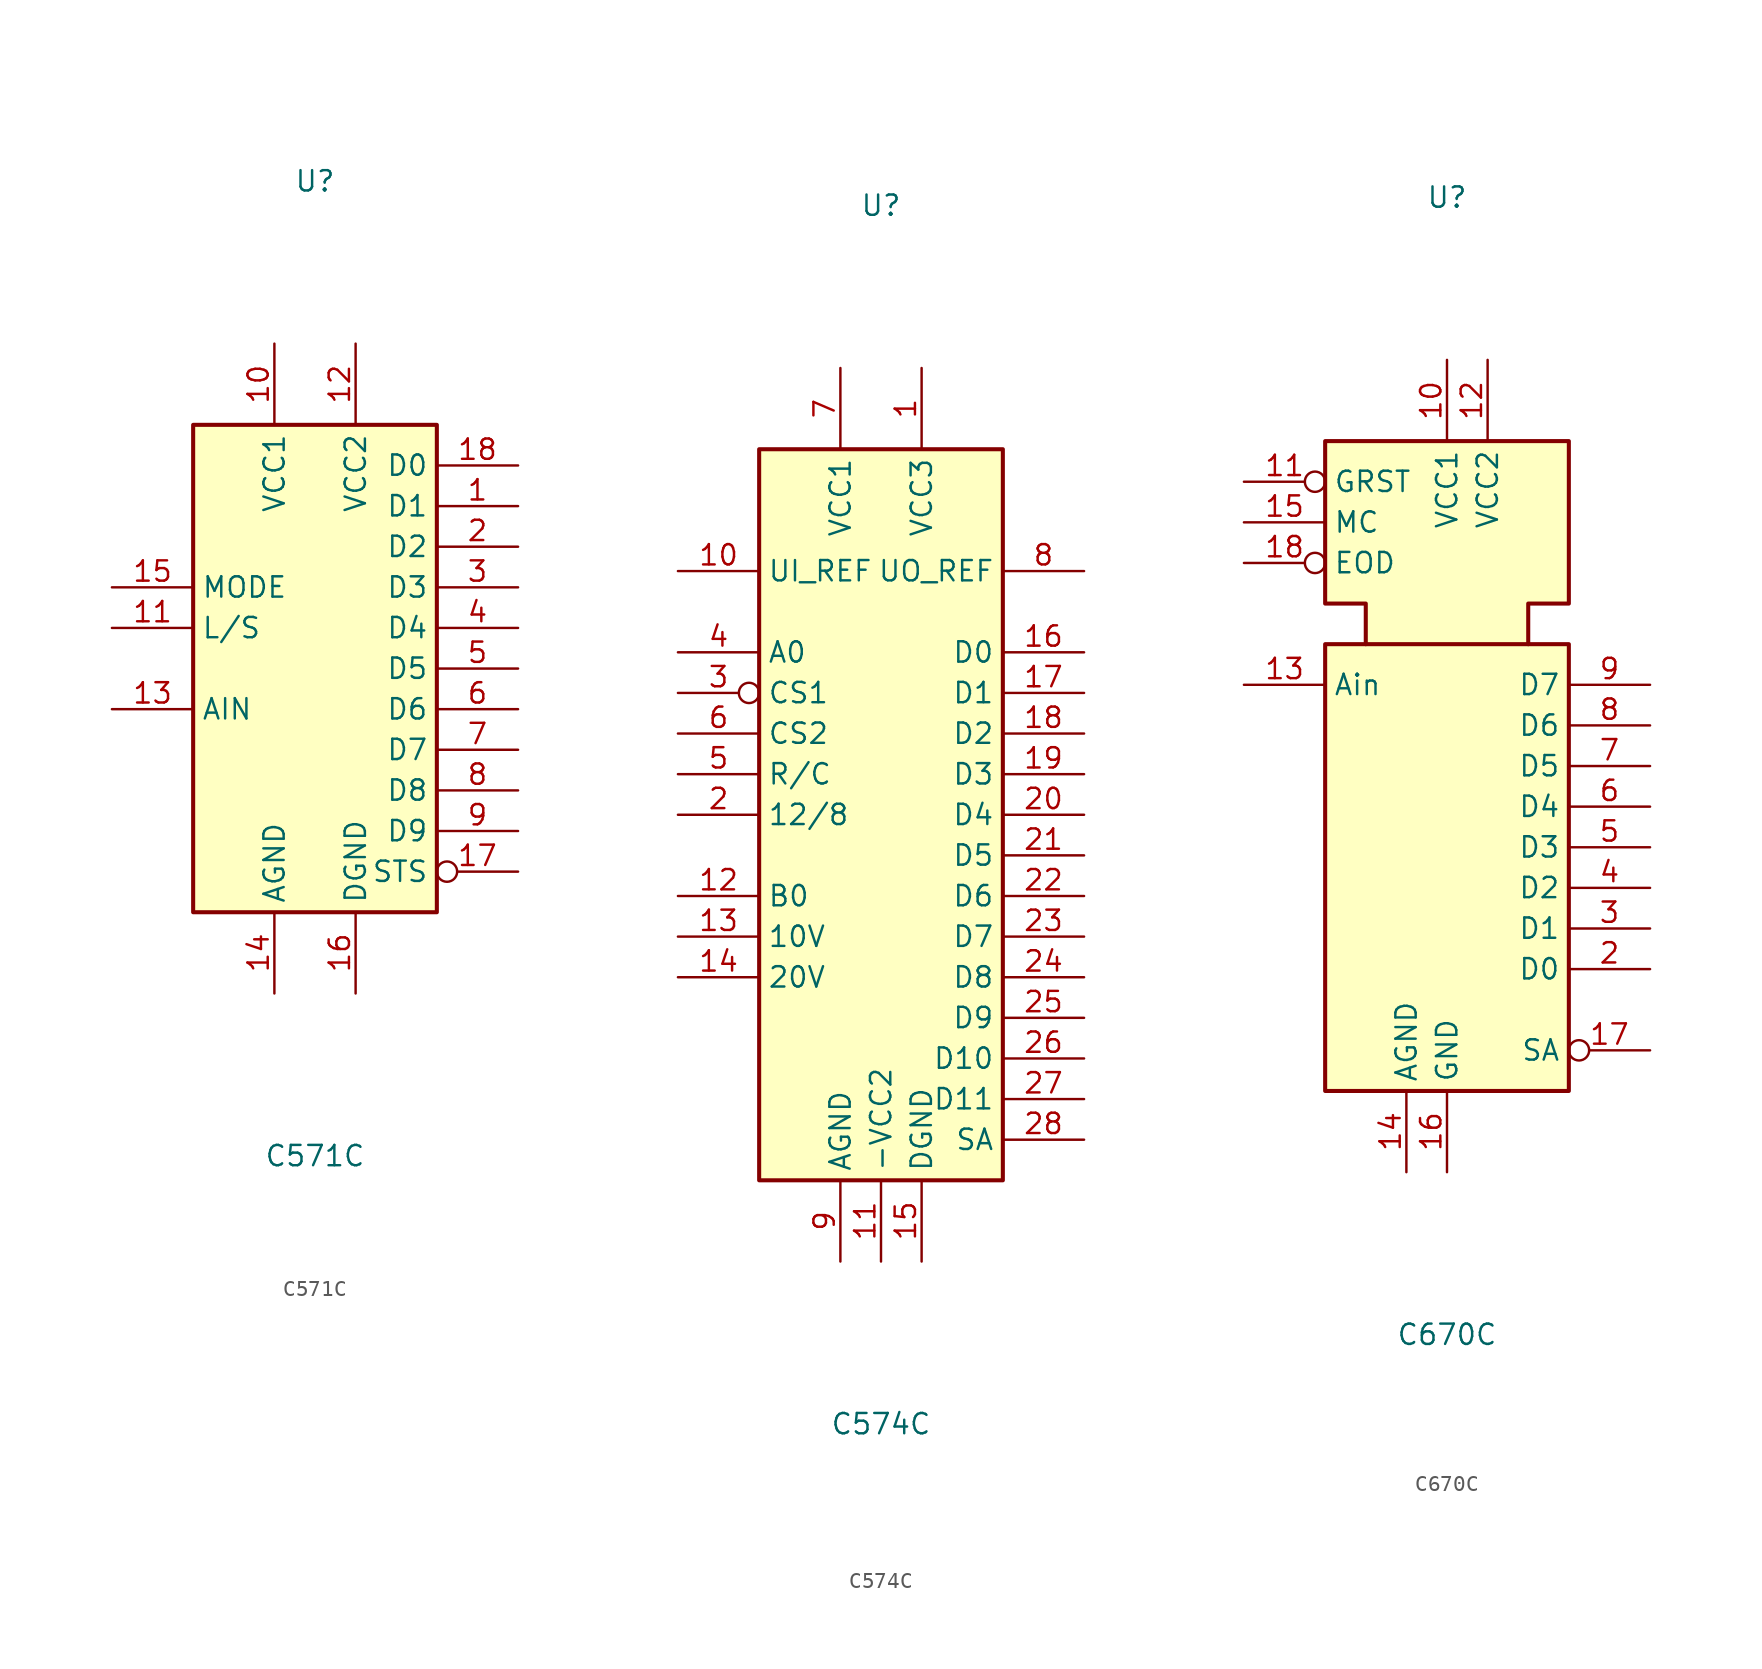
<source format=kicad_sym>
(kicad_symbol_lib
  (version 20241209)
  (generator "kicad_symbol_editor")
  (generator_version "9.0")
  (symbol "C571C"
    (property "Reference" "U"
      (at 0 30.48 0)
      (effects (font (size 1.27 1.27))))
    (property "Value" "C571C"
      (at 0 -30.48 0)
      (effects (font (size 1.27 1.27))))
    (symbol "C571C_0_0"
      (pin input line (at -12.7 5.08 0) (length 5.08) (name "MODE" (effects (font (size 1.27 1.27)))) (number "15" (effects (font (size 1.27 1.27)))))
      (pin input line (at -12.7 2.54 0) (length 5.08) (name "L/S" (effects (font (size 1.27 1.27)))) (number "11" (effects (font (size 1.27 1.27)))))
      (pin input line (at -12.7 -2.54 0) (length 5.08) (name "AIN" (effects (font (size 1.27 1.27)))) (number "13" (effects (font (size 1.27 1.27)))))
      (pin power_in line (at -2.54 20.32 270) (length 5.08) (name "VCC1" (effects (font (size 1.27 1.27)))) (number "10" (effects (font (size 1.27 1.27)))))
      (pin power_in line (at -2.54 -20.32 90) (length 5.08) (name "AGND" (effects (font (size 1.27 1.27)))) (number "14" (effects (font (size 1.27 1.27)))))
      (pin power_in line (at 2.54 20.32 270) (length 5.08) (name "VCC2" (effects (font (size 1.27 1.27)))) (number "12" (effects (font (size 1.27 1.27)))))
      (pin power_in line (at 2.54 -20.32 90) (length 5.08) (name "DGND" (effects (font (size 1.27 1.27)))) (number "16" (effects (font (size 1.27 1.27)))))
      (pin output line (at 12.7 12.7 180) (length 5.08) (name "D0" (effects (font (size 1.27 1.27)))) (number "18" (effects (font (size 1.27 1.27)))))
      (pin output line (at 12.7 10.16 180) (length 5.08) (name "D1" (effects (font (size 1.27 1.27)))) (number "1" (effects (font (size 1.27 1.27)))))
      (pin output line (at 12.7 7.62 180) (length 5.08) (name "D2" (effects (font (size 1.27 1.27)))) (number "2" (effects (font (size 1.27 1.27)))))
      (pin output line (at 12.7 5.08 180) (length 5.08) (name "D3" (effects (font (size 1.27 1.27)))) (number "3" (effects (font (size 1.27 1.27)))))
      (pin output line (at 12.7 2.54 180) (length 5.08) (name "D4" (effects (font (size 1.27 1.27)))) (number "4" (effects (font (size 1.27 1.27)))))
      (pin output line (at 12.7 0 180) (length 5.08) (name "D5" (effects (font (size 1.27 1.27)))) (number "5" (effects (font (size 1.27 1.27)))))
      (pin output line (at 12.7 -2.54 180) (length 5.08) (name "D6" (effects (font (size 1.27 1.27)))) (number "6" (effects (font (size 1.27 1.27)))))
      (pin output line (at 12.7 -5.08 180) (length 5.08) (name "D7" (effects (font (size 1.27 1.27)))) (number "7" (effects (font (size 1.27 1.27)))))
      (pin output line (at 12.7 -7.62 180) (length 5.08) (name "D8" (effects (font (size 1.27 1.27)))) (number "8" (effects (font (size 1.27 1.27)))))
      (pin output line (at 12.7 -10.16 180) (length 5.08) (name "D9" (effects (font (size 1.27 1.27)))) (number "9" (effects (font (size 1.27 1.27)))))
      (pin output inverted (at 12.7 -12.7 180) (length 5.08) (name "STS" (effects (font (size 1.27 1.27)))) (number "17" (effects (font (size 1.27 1.27))))))
    (symbol "C571C_0_1"
      (rectangle (start -7.62 15.24) (end 7.62 -15.24) (stroke (width 0.254) (type default)) (fill (type background)))))
  (symbol "C574C"
    (property "Reference" "U"
      (at 0 38.1 0)
      (effects (font (size 1.27 1.27))))
    (property "Value" "C574C"
      (at 0 -38.1 0)
      (effects (font (size 1.27 1.27))))
    (symbol "C574C_0_0"
      (pin input line (at -12.7 15.24 0) (length 5.08) (name "UI_REF" (effects (font (size 1.27 1.27)))) (number "10" (effects (font (size 1.27 1.27)))))
      (pin input line (at -12.7 10.16 0) (length 5.08) (name "A0" (effects (font (size 1.27 1.27)))) (number "4" (effects (font (size 1.27 1.27)))))
      (pin input inverted (at -12.7 7.62 0) (length 5.08) (name "CS1" (effects (font (size 1.27 1.27)))) (number "3" (effects (font (size 1.27 1.27)))))
      (pin input line (at -12.7 5.08 0) (length 5.08) (name "CS2" (effects (font (size 1.27 1.27)))) (number "6" (effects (font (size 1.27 1.27)))))
      (pin input line (at -12.7 2.54 0) (length 5.08) (name "R/C" (effects (font (size 1.27 1.27)))) (number "5" (effects (font (size 1.27 1.27)))))
      (pin input line (at -12.7 0 0) (length 5.08) (name "12/8" (effects (font (size 1.27 1.27)))) (number "2" (effects (font (size 1.27 1.27)))))
      (pin input line (at -12.7 -5.08 0) (length 5.08) (name "B0" (effects (font (size 1.27 1.27)))) (number "12" (effects (font (size 1.27 1.27)))))
      (pin input line (at -12.7 -7.62 0) (length 5.08) (name "10V" (effects (font (size 1.27 1.27)))) (number "13" (effects (font (size 1.27 1.27)))))
      (pin input line (at -12.7 -10.16 0) (length 5.08) (name "20V" (effects (font (size 1.27 1.27)))) (number "14" (effects (font (size 1.27 1.27)))))
      (pin power_in line (at -2.54 27.94 270) (length 5.08) (name "VCC1" (effects (font (size 1.27 1.27)))) (number "7" (effects (font (size 1.27 1.27)))))
      (pin power_in line (at -2.54 -27.94 90) (length 5.08) (name "AGND" (effects (font (size 1.27 1.27)))) (number "9" (effects (font (size 1.27 1.27)))))
      (pin power_in line (at 0 -27.94 90) (length 5.08) (name "-VCC2" (effects (font (size 1.27 1.27)))) (number "11" (effects (font (size 1.27 1.27)))))
      (pin power_in line (at 2.54 27.94 270) (length 5.08) (name "VCC3" (effects (font (size 1.27 1.27)))) (number "1" (effects (font (size 1.27 1.27)))))
      (pin power_in line (at 2.54 -27.94 90) (length 5.08) (name "DGND" (effects (font (size 1.27 1.27)))) (number "15" (effects (font (size 1.27 1.27)))))
      (pin output line (at 12.7 15.24 180) (length 5.08) (name "UO_REF" (effects (font (size 1.27 1.27)))) (number "8" (effects (font (size 1.27 1.27)))))
      (pin output line (at 12.7 10.16 180) (length 5.08) (name "D0" (effects (font (size 1.27 1.27)))) (number "16" (effects (font (size 1.27 1.27)))))
      (pin output line (at 12.7 7.62 180) (length 5.08) (name "D1" (effects (font (size 1.27 1.27)))) (number "17" (effects (font (size 1.27 1.27)))))
      (pin output line (at 12.7 5.08 180) (length 5.08) (name "D2" (effects (font (size 1.27 1.27)))) (number "18" (effects (font (size 1.27 1.27)))))
      (pin output line (at 12.7 2.54 180) (length 5.08) (name "D3" (effects (font (size 1.27 1.27)))) (number "19" (effects (font (size 1.27 1.27)))))
      (pin output line (at 12.7 0 180) (length 5.08) (name "D4" (effects (font (size 1.27 1.27)))) (number "20" (effects (font (size 1.27 1.27)))))
      (pin output line (at 12.7 -2.54 180) (length 5.08) (name "D5" (effects (font (size 1.27 1.27)))) (number "21" (effects (font (size 1.27 1.27)))))
      (pin output line (at 12.7 -5.08 180) (length 5.08) (name "D6" (effects (font (size 1.27 1.27)))) (number "22" (effects (font (size 1.27 1.27)))))
      (pin output line (at 12.7 -7.62 180) (length 5.08) (name "D7" (effects (font (size 1.27 1.27)))) (number "23" (effects (font (size 1.27 1.27)))))
      (pin output line (at 12.7 -10.16 180) (length 5.08) (name "D8" (effects (font (size 1.27 1.27)))) (number "24" (effects (font (size 1.27 1.27)))))
      (pin output line (at 12.7 -12.7 180) (length 5.08) (name "D9" (effects (font (size 1.27 1.27)))) (number "25" (effects (font (size 1.27 1.27)))))
      (pin output line (at 12.7 -15.24 180) (length 5.08) (name "D10" (effects (font (size 1.27 1.27)))) (number "26" (effects (font (size 1.27 1.27)))))
      (pin output line (at 12.7 -17.78 180) (length 5.08) (name "D11" (effects (font (size 1.27 1.27)))) (number "27" (effects (font (size 1.27 1.27)))))
      (pin output line (at 12.7 -20.32 180) (length 5.08) (name "SA" (effects (font (size 1.27 1.27)))) (number "28" (effects (font (size 1.27 1.27))))))
    (symbol "C574C_0_1"
      (rectangle (start -7.62 22.86) (end 7.62 -22.86) (stroke (width 0.254) (type default)) (fill (type background)))))
  (symbol "C670C"
    (property "Reference" "U"
      (at 0 35.56 0)
      (effects (font (size 1.27 1.27))))
    (property "Value" "C670C"
      (at 0 -35.56 0)
      (effects (font (size 1.27 1.27))))
    (symbol "C670C_0_0"
      (pin no_connect line (at -7.62 0 0) (length 2.54) (hide yes) (name "~" (effects (font (size 1.27 1.27)))) (number "1" (effects (font (size 1.27 1.27)))))
      (pin power_in line (at 0 25.4 270) (length 5.08) (name "VCC1" (effects (font (size 1.27 1.27)))) (number "10" (effects (font (size 1.27 1.27)))))
      (pin power_in line (at 0 -25.4 90) (length 5.08) (name "GND" (effects (font (size 1.27 1.27)))) (number "16" (effects (font (size 1.27 1.27)))))
      (pin power_in line (at 2.54 25.4 270) (length 5.08) (name "VCC2" (effects (font (size 1.27 1.27)))) (number "12" (effects (font (size 1.27 1.27))))))
    (symbol "C670C_0_1"
      (polyline (pts (xy -7.62 7.62) (xy 7.62 7.62) (xy 7.62 -20.32) (xy -5.08 -20.32) (xy -7.62 -20.32) (xy -7.62 7.62)) (stroke (width 0.254) (type default)) (fill (type background)))
      (polyline (pts (xy -5.08 7.62) (xy -5.08 10.16) (xy -7.62 10.16) (xy -7.62 20.32) (xy 0 20.32) (xy 7.62 20.32) (xy 7.62 10.16) (xy 5.08 10.16) (xy 5.08 7.62)) (stroke (width 0.254) (type default)) (fill (type background))))
    (symbol "C670C_1_1"
      (pin input inverted (at -12.7 17.78 0) (length 5.08) (name "GRST" (effects (font (size 1.27 1.27)))) (number "11" (effects (font (size 1.27 1.27)))))
      (pin input line (at -12.7 15.24 0) (length 5.08) (name "MC" (effects (font (size 1.27 1.27)))) (number "15" (effects (font (size 1.27 1.27)))))
      (pin input inverted (at -12.7 12.7 0) (length 5.08) (name "EOD" (effects (font (size 1.27 1.27)))) (number "18" (effects (font (size 1.27 1.27)))))
      (pin input line (at -12.7 5.08 0) (length 5.08) (name "Ain" (effects (font (size 1.27 1.27)))) (number "13" (effects (font (size 1.27 1.27)))))
      (pin power_in line (at -2.54 -25.4 90) (length 5.08) (name "AGND" (effects (font (size 1.27 1.27)))) (number "14" (effects (font (size 1.27 1.27)))))
      (pin output line (at 12.7 5.08 180) (length 5.08) (name "D7" (effects (font (size 1.27 1.27)))) (number "9" (effects (font (size 1.27 1.27)))))
      (pin output line (at 12.7 2.54 180) (length 5.08) (name "D6" (effects (font (size 1.27 1.27)))) (number "8" (effects (font (size 1.27 1.27)))))
      (pin output line (at 12.7 0 180) (length 5.08) (name "D5" (effects (font (size 1.27 1.27)))) (number "7" (effects (font (size 1.27 1.27)))))
      (pin output line (at 12.7 -2.54 180) (length 5.08) (name "D4" (effects (font (size 1.27 1.27)))) (number "6" (effects (font (size 1.27 1.27)))))
      (pin output line (at 12.7 -5.08 180) (length 5.08) (name "D3" (effects (font (size 1.27 1.27)))) (number "5" (effects (font (size 1.27 1.27)))))
      (pin output line (at 12.7 -7.62 180) (length 5.08) (name "D2" (effects (font (size 1.27 1.27)))) (number "4" (effects (font (size 1.27 1.27)))))
      (pin output line (at 12.7 -10.16 180) (length 5.08) (name "D1" (effects (font (size 1.27 1.27)))) (number "3" (effects (font (size 1.27 1.27)))))
      (pin output line (at 12.7 -12.7 180) (length 5.08) (name "D0" (effects (font (size 1.27 1.27)))) (number "2" (effects (font (size 1.27 1.27)))))
      (pin output inverted (at 12.7 -17.78 180) (length 5.08) (name "SA" (effects (font (size 1.27 1.27)))) (number "17" (effects (font (size 1.27 1.27))))))))
</source>
